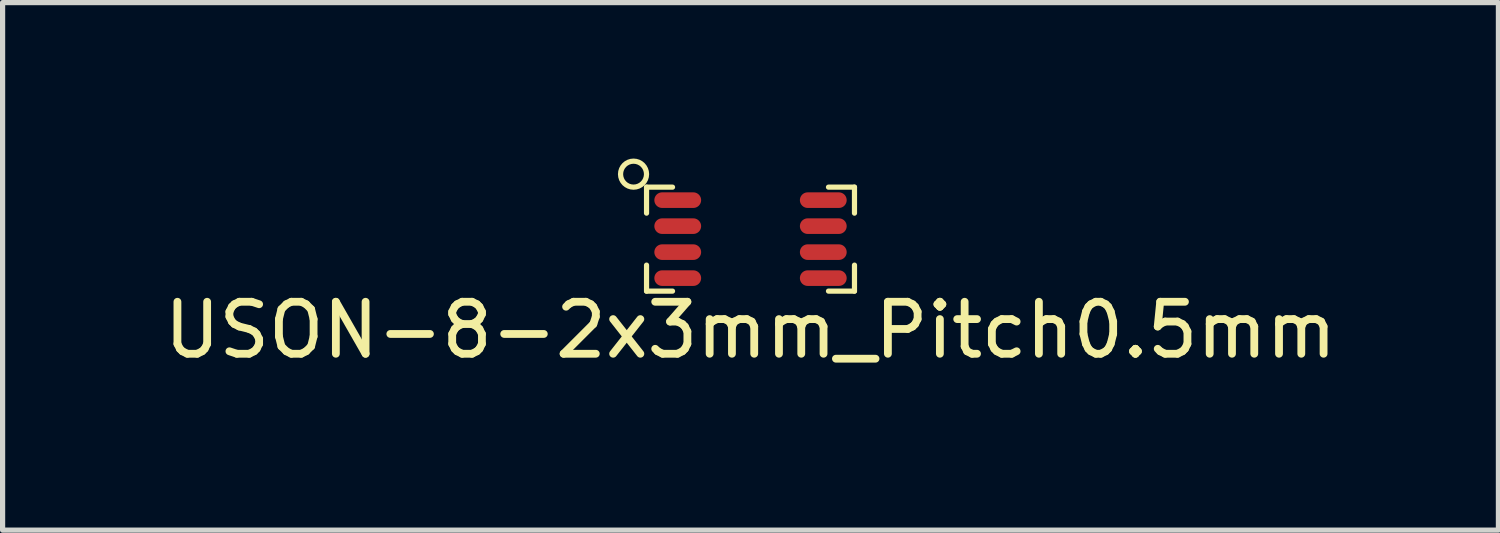
<source format=kicad_pcb>
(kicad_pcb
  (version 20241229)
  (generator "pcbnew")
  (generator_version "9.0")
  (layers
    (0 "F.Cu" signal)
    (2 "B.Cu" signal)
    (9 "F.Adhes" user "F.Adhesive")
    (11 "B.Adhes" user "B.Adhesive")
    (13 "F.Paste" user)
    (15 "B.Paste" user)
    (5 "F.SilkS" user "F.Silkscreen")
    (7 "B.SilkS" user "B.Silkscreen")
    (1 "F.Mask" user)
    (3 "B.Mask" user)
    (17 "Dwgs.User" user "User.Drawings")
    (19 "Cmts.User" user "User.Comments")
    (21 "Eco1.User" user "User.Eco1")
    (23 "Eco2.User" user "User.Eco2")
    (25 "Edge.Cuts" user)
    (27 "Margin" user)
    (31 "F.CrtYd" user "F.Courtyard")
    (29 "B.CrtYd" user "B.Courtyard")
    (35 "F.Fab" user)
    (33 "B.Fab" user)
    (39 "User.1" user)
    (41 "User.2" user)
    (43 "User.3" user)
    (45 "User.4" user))
  (footprint "USON-8-2x3mm_Pitch0.5mm"
    (layer "F.Cu")
    (at 11.387 1.55)
    (property "Reference" "USON-8-2x3mm_Pitch0.5mm" (at 0 1.75 0) (layer "F.SilkS") (effects (font (size 1 1) (thickness 0.15))))
    (attr through_hole)
    (fp_line (start -2 -1) (end -1.5 -1) (stroke (width 0.1) (type solid)) (layer "F.SilkS"))
    (fp_line (start -2 -0.5) (end -2 -1) (stroke (width 0.1) (type solid)) (layer "F.SilkS"))
    (fp_line (start -2 0.5) (end -2 1) (stroke (width 0.1) (type solid)) (layer "F.SilkS"))
    (fp_line (start -2 1) (end -1.5 1) (stroke (width 0.1) (type solid)) (layer "F.SilkS"))
    (fp_line (start 1.5 -1) (end 2 -1) (stroke (width 0.1) (type solid)) (layer "F.SilkS"))
    (fp_line (start 1.5 1) (end 2 1) (stroke (width 0.1) (type solid)) (layer "F.SilkS"))
    (fp_line (start 2 -1) (end 2 -0.5) (stroke (width 0.1) (type solid)) (layer "F.SilkS"))
    (fp_line (start 2 1) (end 2 0.5) (stroke (width 0.1) (type solid)) (layer "F.SilkS"))
    (fp_circle (center -2.25 -1.25) (end -2.25 -1) (stroke (width 0.1) (type solid)) (fill no) (layer "F.SilkS"))
    (pad "1" smd oval (at -1.4 -0.75) (size 0.9 0.3) (layers "F.Cu" "F.Mask" "F.Paste"))
    (pad "2" smd oval (at -1.4 -0.25) (size 0.9 0.3) (layers "F.Cu" "F.Mask" "F.Paste"))
    (pad "3" smd oval (at -1.4 0.25) (size 0.9 0.3) (layers "F.Cu" "F.Mask" "F.Paste"))
    (pad "4" smd oval (at -1.4 0.75) (size 0.9 0.3) (layers "F.Cu" "F.Mask" "F.Paste"))
    (pad "5" smd oval (at 1.4 0.75) (size 0.9 0.3) (layers "F.Cu" "F.Mask" "F.Paste"))
    (pad "6" smd oval (at 1.4 0.25) (size 0.9 0.3) (layers "F.Cu" "F.Mask" "F.Paste"))
    (pad "7" smd oval (at 1.4 -0.25) (size 0.9 0.3) (layers "F.Cu" "F.Mask" "F.Paste"))
    (pad "8" smd oval (at 1.4 -0.75) (size 0.9 0.3) (layers "F.Cu" "F.Mask" "F.Paste")))
  (gr_rect
    (start -3 -3)
    (end 25.774 7.148)
    (stroke (width 0.1) (type default))
    (fill no)
    (layer "Edge.Cuts")))
</source>
